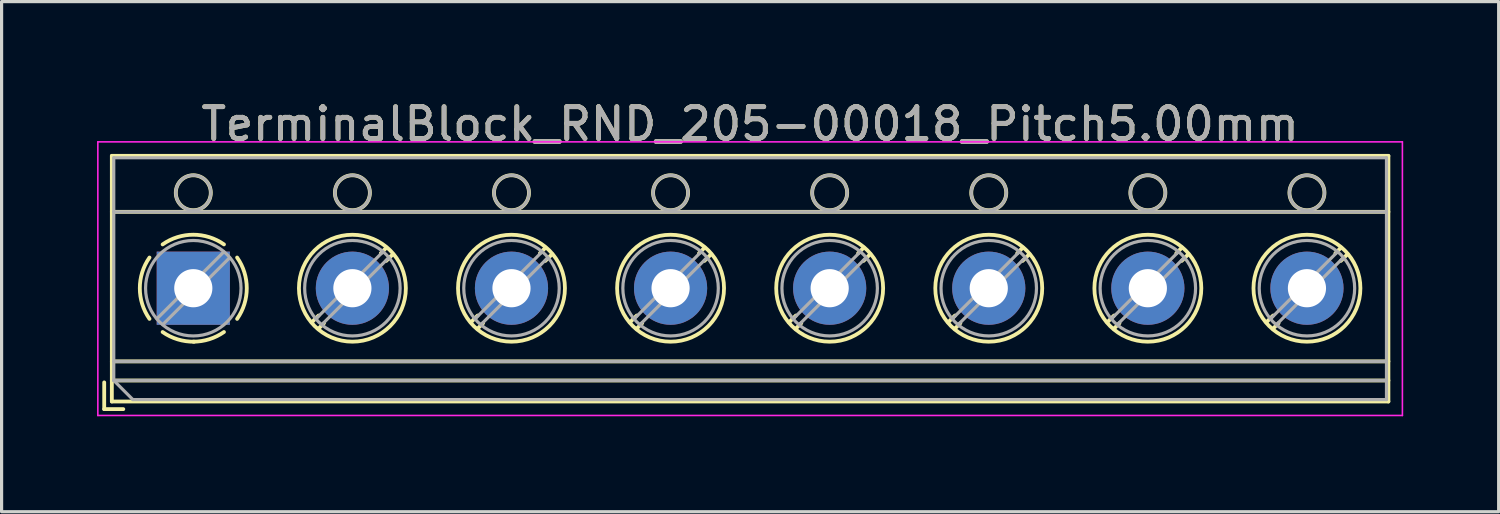
<source format=kicad_pcb>
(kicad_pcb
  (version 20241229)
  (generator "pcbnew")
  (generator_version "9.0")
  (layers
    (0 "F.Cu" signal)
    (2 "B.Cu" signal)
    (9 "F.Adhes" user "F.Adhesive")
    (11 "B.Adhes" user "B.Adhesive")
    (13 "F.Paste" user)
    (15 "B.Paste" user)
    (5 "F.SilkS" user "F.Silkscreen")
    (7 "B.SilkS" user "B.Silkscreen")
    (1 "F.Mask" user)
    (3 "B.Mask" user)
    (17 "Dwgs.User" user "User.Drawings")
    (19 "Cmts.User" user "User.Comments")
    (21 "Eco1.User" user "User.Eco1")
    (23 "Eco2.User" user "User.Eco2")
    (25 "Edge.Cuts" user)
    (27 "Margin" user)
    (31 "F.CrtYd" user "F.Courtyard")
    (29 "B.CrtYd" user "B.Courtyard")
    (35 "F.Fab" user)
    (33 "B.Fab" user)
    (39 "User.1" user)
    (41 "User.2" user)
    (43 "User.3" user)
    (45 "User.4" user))
  (footprint "TerminalBlock_RND_205-00018_Pitch5.00mm"
    (layer "F.Cu")
    (at 3.025 6.008)
    (property "Reference" "TerminalBlock_RND_205-00018_Pitch5.00mm" (at 17.5 -5.16 0) (layer "F.SilkS") (effects (font (size 1 1) (thickness 0.15))))
    (attr through_hole)
    (fp_line (start -2.8 2.96) (end -2.8 3.8) (stroke (width 0.12) (type solid)) (layer "F.SilkS"))
    (fp_line (start -2.8 3.8) (end -2.2 3.8) (stroke (width 0.12) (type solid)) (layer "F.SilkS"))
    (fp_line (start -2.56 -4.16) (end -2.56 3.56) (stroke (width 0.12) (type solid)) (layer "F.SilkS"))
    (fp_line (start -2.56 -2.4) (end 37.56 -2.4) (stroke (width 0.12) (type solid)) (layer "F.SilkS"))
    (fp_line (start -2.56 2.3) (end 37.56 2.3) (stroke (width 0.12) (type solid)) (layer "F.SilkS"))
    (fp_line (start -2.56 2.9) (end 37.56 2.9) (stroke (width 0.12) (type solid)) (layer "F.SilkS"))
    (fp_line (start -2.56 3.56) (end 37.56 3.56) (stroke (width 0.12) (type solid)) (layer "F.SilkS"))
    (fp_line (start 3.937 0.859) (end 3.726 1.069) (stroke (width 0.12) (type solid)) (layer "F.SilkS"))
    (fp_line (start 4.107 1.099) (end 3.931 1.274) (stroke (width 0.12) (type solid)) (layer "F.SilkS"))
    (fp_line (start 6.07 -1.275) (end 5.894 -1.099) (stroke (width 0.12) (type solid)) (layer "F.SilkS"))
    (fp_line (start 6.275 -1.069) (end 6.064 -0.859) (stroke (width 0.12) (type solid)) (layer "F.SilkS"))
    (fp_line (start 8.937 0.859) (end 8.726 1.069) (stroke (width 0.12) (type solid)) (layer "F.SilkS"))
    (fp_line (start 9.107 1.099) (end 8.931 1.274) (stroke (width 0.12) (type solid)) (layer "F.SilkS"))
    (fp_line (start 11.07 -1.275) (end 10.894 -1.099) (stroke (width 0.12) (type solid)) (layer "F.SilkS"))
    (fp_line (start 11.275 -1.069) (end 11.064 -0.859) (stroke (width 0.12) (type solid)) (layer "F.SilkS"))
    (fp_line (start 13.937 0.859) (end 13.726 1.069) (stroke (width 0.12) (type solid)) (layer "F.SilkS"))
    (fp_line (start 14.107 1.099) (end 13.931 1.274) (stroke (width 0.12) (type solid)) (layer "F.SilkS"))
    (fp_line (start 16.07 -1.275) (end 15.894 -1.099) (stroke (width 0.12) (type solid)) (layer "F.SilkS"))
    (fp_line (start 16.275 -1.069) (end 16.064 -0.859) (stroke (width 0.12) (type solid)) (layer "F.SilkS"))
    (fp_line (start 18.937 0.859) (end 18.726 1.069) (stroke (width 0.12) (type solid)) (layer "F.SilkS"))
    (fp_line (start 19.107 1.099) (end 18.931 1.274) (stroke (width 0.12) (type solid)) (layer "F.SilkS"))
    (fp_line (start 21.07 -1.275) (end 20.894 -1.099) (stroke (width 0.12) (type solid)) (layer "F.SilkS"))
    (fp_line (start 21.275 -1.069) (end 21.064 -0.859) (stroke (width 0.12) (type solid)) (layer "F.SilkS"))
    (fp_line (start 23.937 0.859) (end 23.726 1.069) (stroke (width 0.12) (type solid)) (layer "F.SilkS"))
    (fp_line (start 24.107 1.099) (end 23.931 1.274) (stroke (width 0.12) (type solid)) (layer "F.SilkS"))
    (fp_line (start 26.07 -1.275) (end 25.894 -1.099) (stroke (width 0.12) (type solid)) (layer "F.SilkS"))
    (fp_line (start 26.275 -1.069) (end 26.064 -0.859) (stroke (width 0.12) (type solid)) (layer "F.SilkS"))
    (fp_line (start 28.937 0.859) (end 28.726 1.069) (stroke (width 0.12) (type solid)) (layer "F.SilkS"))
    (fp_line (start 29.107 1.099) (end 28.931 1.274) (stroke (width 0.12) (type solid)) (layer "F.SilkS"))
    (fp_line (start 31.07 -1.275) (end 30.894 -1.099) (stroke (width 0.12) (type solid)) (layer "F.SilkS"))
    (fp_line (start 31.275 -1.069) (end 31.064 -0.859) (stroke (width 0.12) (type solid)) (layer "F.SilkS"))
    (fp_line (start 33.937 0.859) (end 33.726 1.069) (stroke (width 0.12) (type solid)) (layer "F.SilkS"))
    (fp_line (start 34.107 1.099) (end 33.931 1.274) (stroke (width 0.12) (type solid)) (layer "F.SilkS"))
    (fp_line (start 36.07 -1.275) (end 35.894 -1.099) (stroke (width 0.12) (type solid)) (layer "F.SilkS"))
    (fp_line (start 36.275 -1.069) (end 36.064 -0.859) (stroke (width 0.12) (type solid)) (layer "F.SilkS"))
    (fp_line (start 37.56 -4.16) (end -2.56 -4.16) (stroke (width 0.12) (type solid)) (layer "F.SilkS"))
    (fp_line (start 37.56 3.56) (end 37.56 -4.16) (stroke (width 0.12) (type solid)) (layer "F.SilkS"))
    (fp_arc (start -1.376825 0.964249) (mid -1.6809 0.000152) (end -1.377 -0.964) (stroke (width 0.12) (type solid)) (layer "F.SilkS"))
    (fp_arc (start -0.964249 -1.376825) (mid -0.000152 -1.6809) (end 0.964 -1.377) (stroke (width 0.12) (type solid)) (layer "F.SilkS"))
    (fp_arc (start 0.029488 1.680641) (mid -0.491302 1.607497) (end -0.964 1.377) (stroke (width 0.12) (type solid)) (layer "F.SilkS"))
    (fp_arc (start 0.963608 1.376175) (mid 0.505186 1.602244) (end 0 1.68) (stroke (width 0.12) (type solid)) (layer "F.SilkS"))
    (fp_arc (start 1.376825 -0.964249) (mid 1.6809 -0.000152) (end 1.377 0.964) (stroke (width 0.12) (type solid)) (layer "F.SilkS"))
    (fp_circle (center 0 -3) (end 0.55 -3) (stroke (width 0.12) (type solid)) (fill no) (layer "F.SilkS"))
    (fp_circle (center 5 -3) (end 5.55 -3) (stroke (width 0.12) (type solid)) (fill no) (layer "F.SilkS"))
    (fp_circle (center 5 0) (end 6.68 0) (stroke (width 0.12) (type solid)) (fill no) (layer "F.SilkS"))
    (fp_circle (center 10 -3) (end 10.55 -3) (stroke (width 0.12) (type solid)) (fill no) (layer "F.SilkS"))
    (fp_circle (center 10 0) (end 11.68 0) (stroke (width 0.12) (type solid)) (fill no) (layer "F.SilkS"))
    (fp_circle (center 15 -3) (end 15.55 -3) (stroke (width 0.12) (type solid)) (fill no) (layer "F.SilkS"))
    (fp_circle (center 15 0) (end 16.68 0) (stroke (width 0.12) (type solid)) (fill no) (layer "F.SilkS"))
    (fp_circle (center 20 -3) (end 20.55 -3) (stroke (width 0.12) (type solid)) (fill no) (layer "F.SilkS"))
    (fp_circle (center 20 0) (end 21.68 0) (stroke (width 0.12) (type solid)) (fill no) (layer "F.SilkS"))
    (fp_circle (center 25 -3) (end 25.55 -3) (stroke (width 0.12) (type solid)) (fill no) (layer "F.SilkS"))
    (fp_circle (center 25 0) (end 26.68 0) (stroke (width 0.12) (type solid)) (fill no) (layer "F.SilkS"))
    (fp_circle (center 30 -3) (end 30.55 -3) (stroke (width 0.12) (type solid)) (fill no) (layer "F.SilkS"))
    (fp_circle (center 30 0) (end 31.68 0) (stroke (width 0.12) (type solid)) (fill no) (layer "F.SilkS"))
    (fp_circle (center 35 -3) (end 35.55 -3) (stroke (width 0.12) (type solid)) (fill no) (layer "F.SilkS"))
    (fp_circle (center 35 0) (end 36.68 0) (stroke (width 0.12) (type solid)) (fill no) (layer "F.SilkS"))
    (fp_line (start -3 -4.6) (end -3 4) (stroke (width 0.05) (type solid)) (layer "F.CrtYd"))
    (fp_line (start -3 4) (end 38 4) (stroke (width 0.05) (type solid)) (layer "F.CrtYd"))
    (fp_line (start 38 -4.6) (end -3 -4.6) (stroke (width 0.05) (type solid)) (layer "F.CrtYd"))
    (fp_line (start 38 4) (end 38 -4.6) (stroke (width 0.05) (type solid)) (layer "F.CrtYd"))
    (fp_line (start -2.5 -4.1) (end 37.5 -4.1) (stroke (width 0.1) (type solid)) (layer "F.Fab"))
    (fp_line (start -2.5 -2.4) (end 37.5 -2.4) (stroke (width 0.1) (type solid)) (layer "F.Fab"))
    (fp_line (start -2.5 2.3) (end 37.5 2.3) (stroke (width 0.1) (type solid)) (layer "F.Fab"))
    (fp_line (start -2.5 2.9) (end -2.5 -4.1) (stroke (width 0.1) (type solid)) (layer "F.Fab"))
    (fp_line (start -2.5 2.9) (end 37.5 2.9) (stroke (width 0.1) (type solid)) (layer "F.Fab"))
    (fp_line (start -1.9 3.5) (end -2.5 2.9) (stroke (width 0.1) (type solid)) (layer "F.Fab"))
    (fp_line (start 0.955 -1.138) (end -1.138 0.955) (stroke (width 0.1) (type solid)) (layer "F.Fab"))
    (fp_line (start 1.138 -0.955) (end -0.955 1.138) (stroke (width 0.1) (type solid)) (layer "F.Fab"))
    (fp_line (start 5.955 -1.138) (end 3.863 0.955) (stroke (width 0.1) (type solid)) (layer "F.Fab"))
    (fp_line (start 6.138 -0.955) (end 4.046 1.138) (stroke (width 0.1) (type solid)) (layer "F.Fab"))
    (fp_line (start 10.955 -1.138) (end 8.863 0.955) (stroke (width 0.1) (type solid)) (layer "F.Fab"))
    (fp_line (start 11.138 -0.955) (end 9.046 1.138) (stroke (width 0.1) (type solid)) (layer "F.Fab"))
    (fp_line (start 15.955 -1.138) (end 13.863 0.955) (stroke (width 0.1) (type solid)) (layer "F.Fab"))
    (fp_line (start 16.138 -0.955) (end 14.046 1.138) (stroke (width 0.1) (type solid)) (layer "F.Fab"))
    (fp_line (start 20.955 -1.138) (end 18.863 0.955) (stroke (width 0.1) (type solid)) (layer "F.Fab"))
    (fp_line (start 21.138 -0.955) (end 19.046 1.138) (stroke (width 0.1) (type solid)) (layer "F.Fab"))
    (fp_line (start 25.955 -1.138) (end 23.863 0.955) (stroke (width 0.1) (type solid)) (layer "F.Fab"))
    (fp_line (start 26.138 -0.955) (end 24.046 1.138) (stroke (width 0.1) (type solid)) (layer "F.Fab"))
    (fp_line (start 30.955 -1.138) (end 28.863 0.955) (stroke (width 0.1) (type solid)) (layer "F.Fab"))
    (fp_line (start 31.138 -0.955) (end 29.046 1.138) (stroke (width 0.1) (type solid)) (layer "F.Fab"))
    (fp_line (start 35.955 -1.138) (end 33.863 0.955) (stroke (width 0.1) (type solid)) (layer "F.Fab"))
    (fp_line (start 36.138 -0.955) (end 34.046 1.138) (stroke (width 0.1) (type solid)) (layer "F.Fab"))
    (fp_line (start 37.5 -4.1) (end 37.5 3.5) (stroke (width 0.1) (type solid)) (layer "F.Fab"))
    (fp_line (start 37.5 3.5) (end -1.9 3.5) (stroke (width 0.1) (type solid)) (layer "F.Fab"))
    (fp_circle (center 0 -3) (end 0.55 -3) (stroke (width 0.1) (type solid)) (fill no) (layer "F.Fab"))
    (fp_circle (center 0 0) (end 1.5 0) (stroke (width 0.1) (type solid)) (fill no) (layer "F.Fab"))
    (fp_circle (center 5 -3) (end 5.55 -3) (stroke (width 0.1) (type solid)) (fill no) (layer "F.Fab"))
    (fp_circle (center 5 0) (end 6.5 0) (stroke (width 0.1) (type solid)) (fill no) (layer "F.Fab"))
    (fp_circle (center 10 -3) (end 10.55 -3) (stroke (width 0.1) (type solid)) (fill no) (layer "F.Fab"))
    (fp_circle (center 10 0) (end 11.5 0) (stroke (width 0.1) (type solid)) (fill no) (layer "F.Fab"))
    (fp_circle (center 15 -3) (end 15.55 -3) (stroke (width 0.1) (type solid)) (fill no) (layer "F.Fab"))
    (fp_circle (center 15 0) (end 16.5 0) (stroke (width 0.1) (type solid)) (fill no) (layer "F.Fab"))
    (fp_circle (center 20 -3) (end 20.55 -3) (stroke (width 0.1) (type solid)) (fill no) (layer "F.Fab"))
    (fp_circle (center 20 0) (end 21.5 0) (stroke (width 0.1) (type solid)) (fill no) (layer "F.Fab"))
    (fp_circle (center 25 -3) (end 25.55 -3) (stroke (width 0.1) (type solid)) (fill no) (layer "F.Fab"))
    (fp_circle (center 25 0) (end 26.5 0) (stroke (width 0.1) (type solid)) (fill no) (layer "F.Fab"))
    (fp_circle (center 30 -3) (end 30.55 -3) (stroke (width 0.1) (type solid)) (fill no) (layer "F.Fab"))
    (fp_circle (center 30 0) (end 31.5 0) (stroke (width 0.1) (type solid)) (fill no) (layer "F.Fab"))
    (fp_circle (center 35 -3) (end 35.55 -3) (stroke (width 0.1) (type solid)) (fill no) (layer "F.Fab"))
    (fp_circle (center 35 0) (end 36.5 0) (stroke (width 0.1) (type solid)) (fill no) (layer "F.Fab"))
    (fp_text user "${REFERENCE}" (at 17.5 -5.16 0) (layer "F.Fab") (effects (font (size 1 1) (thickness 0.15))))
    (pad "1" thru_hole rect (at 0 0) (size 2.3 2.3) (drill 1.2) (layers "*.Cu" "*.Mask"))
    (pad "2" thru_hole oval (at 5 0) (size 2.3 2.3) (drill 1.2) (layers "*.Cu" "*.Mask"))
    (pad "3" thru_hole oval (at 10 0) (size 2.3 2.3) (drill 1.2) (layers "*.Cu" "*.Mask"))
    (pad "4" thru_hole oval (at 15 0) (size 2.3 2.3) (drill 1.2) (layers "*.Cu" "*.Mask"))
    (pad "5" thru_hole oval (at 20 0) (size 2.3 2.3) (drill 1.2) (layers "*.Cu" "*.Mask"))
    (pad "6" thru_hole oval (at 25 0) (size 2.3 2.3) (drill 1.2) (layers "*.Cu" "*.Mask"))
    (pad "7" thru_hole oval (at 30 0) (size 2.3 2.3) (drill 1.2) (layers "*.Cu" "*.Mask"))
    (pad "8" thru_hole oval (at 35 0) (size 2.3 2.3) (drill 1.2) (layers "*.Cu" "*.Mask")))
  (gr_rect
    (start -3 -3)
    (end 44.05 13.033)
    (stroke (width 0.1) (type default))
    (fill no)
    (layer "Edge.Cuts")))
</source>
